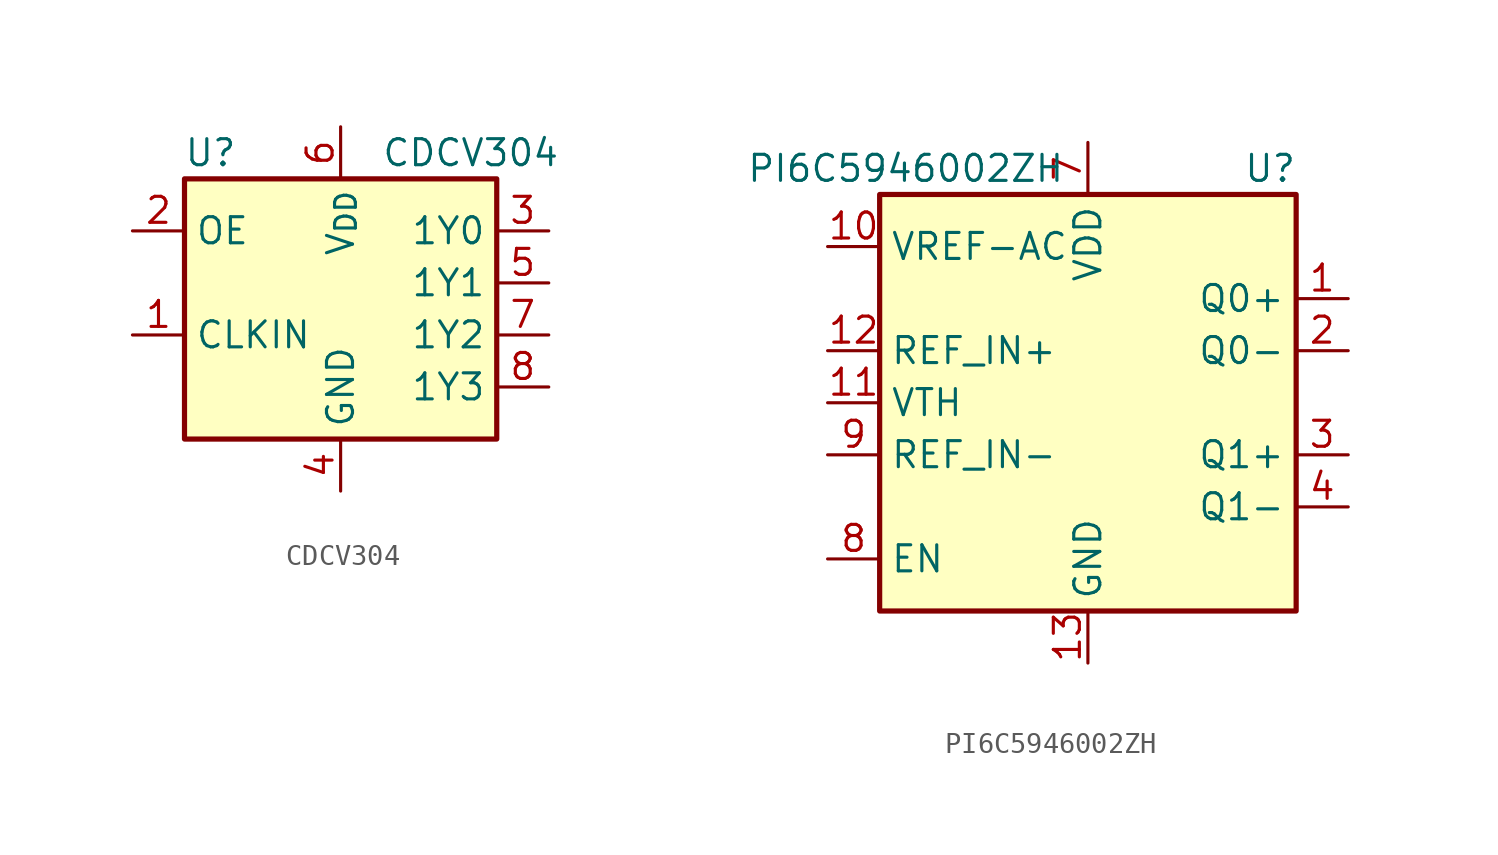
<source format=kicad_sym>
(kicad_symbol_lib
  (version 20231120)
  (generator "kicad_symbol_editor")
  (generator_version "8.0")
  (symbol "CDCV304"
    (property "Reference" "U"
      (at -6.35 8.89 0)
      (effects (font (size 1.27 1.27))))
    (property "Value" "CDCV304"
      (at 6.35 8.89 0)
      (effects (font (size 1.27 1.27))))
    (symbol "CDCV304_0_1"
      (rectangle (start -7.62 7.62) (end 7.62 -5.08) (stroke (width 0.254) (type default)) (fill (type background))))
    (symbol "CDCV304_1_1"
      (pin input line (at -10.16 0 0) (length 2.54) (name "CLKIN" (effects (font (size 1.27 1.27)))) (number "1" (effects (font (size 1.27 1.27)))))
      (pin input line (at -10.16 5.08 0) (length 2.54) (name "OE" (effects (font (size 1.27 1.27)))) (number "2" (effects (font (size 1.27 1.27)))))
      (pin output line (at 10.16 5.08 180) (length 2.54) (name "1Y0" (effects (font (size 1.27 1.27)))) (number "3" (effects (font (size 1.27 1.27)))))
      (pin power_in line (at 0 -7.62 90) (length 2.54) (name "GND" (effects (font (size 1.27 1.27)))) (number "4" (effects (font (size 1.27 1.27)))))
      (pin output line (at 10.16 2.54 180) (length 2.54) (name "1Y1" (effects (font (size 1.27 1.27)))) (number "5" (effects (font (size 1.27 1.27)))))
      (pin power_in line (at 0 10.16 270) (length 2.54) (name "V_{DD}" (effects (font (size 1.27 1.27)))) (number "6" (effects (font (size 1.27 1.27)))))
      (pin output line (at 10.16 0 180) (length 2.54) (name "1Y2" (effects (font (size 1.27 1.27)))) (number "7" (effects (font (size 1.27 1.27)))))
      (pin output line (at 10.16 -2.54 180) (length 2.54) (name "1Y3" (effects (font (size 1.27 1.27)))) (number "8" (effects (font (size 1.27 1.27)))))))
  (symbol "PI6C5946002ZH"
    (property "Reference" "U"
      (at 8.89 11.43 0)
      (effects (font (size 1.27 1.27))))
    (property "Value" "PI6C5946002ZH"
      (at -8.89 11.43 0)
      (effects (font (size 1.27 1.27))))
    (symbol "PI6C5946002ZH_0_1"
      (rectangle (start -10.16 10.16) (end 10.16 -10.16) (stroke (width 0.254) (type default)) (fill (type background))))
    (symbol "PI6C5946002ZH_1_1"
      (pin output line (at 12.7 5.08 180) (length 2.54) (name "Q0+" (effects (font (size 1.27 1.27)))) (number "1" (effects (font (size 1.27 1.27)))))
      (pin output line (at -12.7 7.62 0) (length 2.54) (name "VREF-AC" (effects (font (size 1.27 1.27)))) (number "10" (effects (font (size 1.27 1.27)))))
      (pin input line (at -12.7 0 0) (length 2.54) (name "VTH" (effects (font (size 1.27 1.27)))) (number "11" (effects (font (size 1.27 1.27)))))
      (pin input line (at -12.7 2.54 0) (length 2.54) (name "REF_IN+" (effects (font (size 1.27 1.27)))) (number "12" (effects (font (size 1.27 1.27)))))
      (pin power_in line (at 0 -12.7 90) (length 2.54) (name "GND" (effects (font (size 1.27 1.27)))) (number "13" (effects (font (size 1.27 1.27)))))
      (pin passive line (at 0 12.7 270) (length 2.54) hide (name "VDD" (effects (font (size 1.27 1.27)))) (number "14" (effects (font (size 1.27 1.27)))))
      (pin no_connect line (at 10.16 -7.62 180) (length 2.54) hide (name "DNC" (effects (font (size 1.27 1.27)))) (number "15" (effects (font (size 1.27 1.27)))))
      (pin no_connect line (at 10.16 7.62 180) (length 2.54) hide (name "DNC" (effects (font (size 1.27 1.27)))) (number "16" (effects (font (size 1.27 1.27)))))
      (pin passive line (at 0 -12.7 90) (length 2.54) hide (name "GND" (effects (font (size 1.27 1.27)))) (number "17" (effects (font (size 1.27 1.27)))))
      (pin output line (at 12.7 2.54 180) (length 2.54) (name "Q0-" (effects (font (size 1.27 1.27)))) (number "2" (effects (font (size 1.27 1.27)))))
      (pin output line (at 12.7 -2.54 180) (length 2.54) (name "Q1+" (effects (font (size 1.27 1.27)))) (number "3" (effects (font (size 1.27 1.27)))))
      (pin output line (at 12.7 -5.08 180) (length 2.54) (name "Q1-" (effects (font (size 1.27 1.27)))) (number "4" (effects (font (size 1.27 1.27)))))
      (pin no_connect line (at -10.16 5.08 0) (length 2.54) hide (name "DNC" (effects (font (size 1.27 1.27)))) (number "5" (effects (font (size 1.27 1.27)))))
      (pin no_connect line (at -10.16 -5.08 0) (length 2.54) hide (name "DNC" (effects (font (size 1.27 1.27)))) (number "6" (effects (font (size 1.27 1.27)))))
      (pin power_in line (at 0 12.7 270) (length 2.54) (name "VDD" (effects (font (size 1.27 1.27)))) (number "7" (effects (font (size 1.27 1.27)))))
      (pin input line (at -12.7 -7.62 0) (length 2.54) (name "EN" (effects (font (size 1.27 1.27)))) (number "8" (effects (font (size 1.27 1.27)))))
      (pin input line (at -12.7 -2.54 0) (length 2.54) (name "REF_IN-" (effects (font (size 1.27 1.27)))) (number "9" (effects (font (size 1.27 1.27))))))))
</source>
